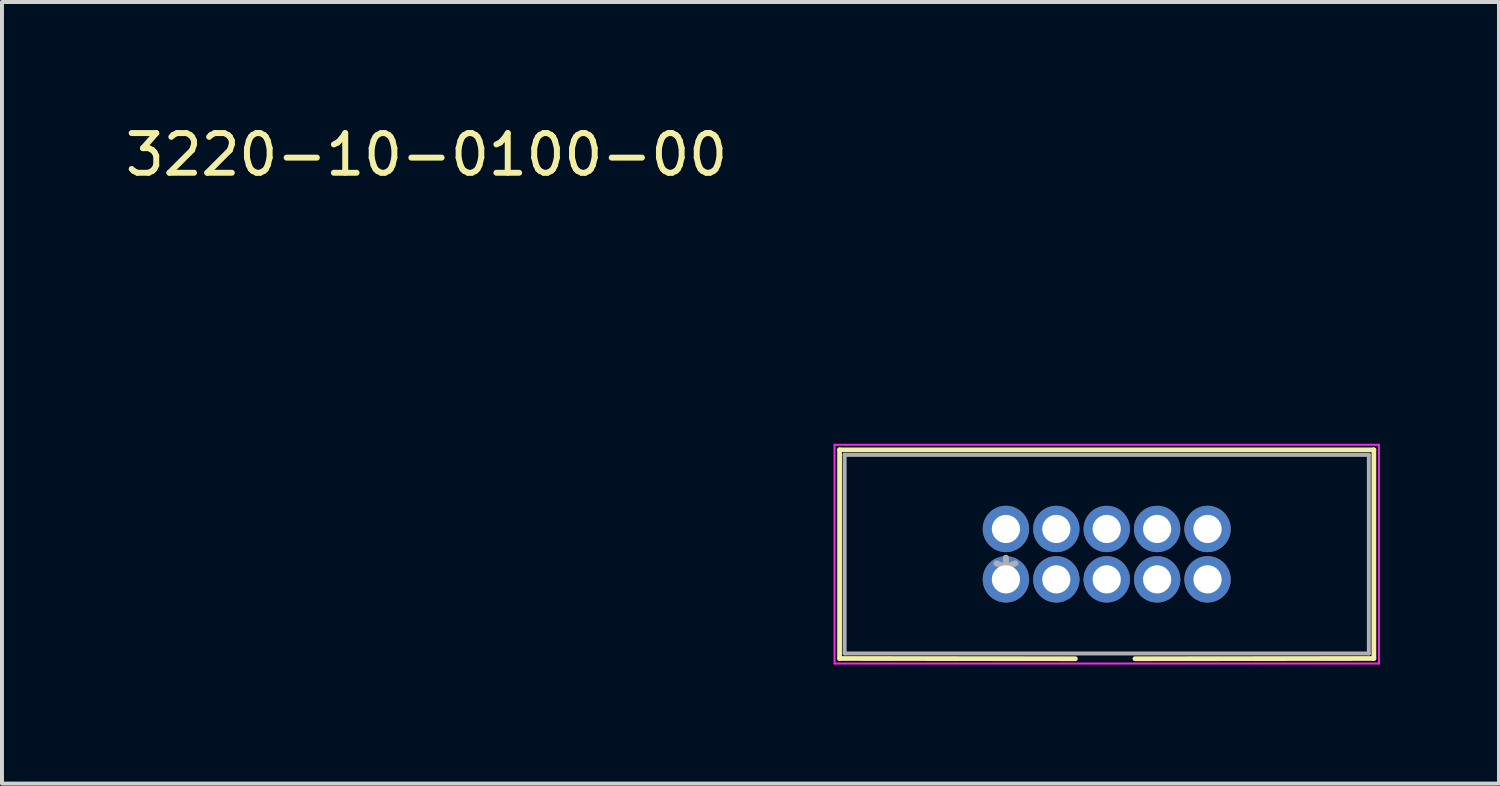
<source format=kicad_pcb>
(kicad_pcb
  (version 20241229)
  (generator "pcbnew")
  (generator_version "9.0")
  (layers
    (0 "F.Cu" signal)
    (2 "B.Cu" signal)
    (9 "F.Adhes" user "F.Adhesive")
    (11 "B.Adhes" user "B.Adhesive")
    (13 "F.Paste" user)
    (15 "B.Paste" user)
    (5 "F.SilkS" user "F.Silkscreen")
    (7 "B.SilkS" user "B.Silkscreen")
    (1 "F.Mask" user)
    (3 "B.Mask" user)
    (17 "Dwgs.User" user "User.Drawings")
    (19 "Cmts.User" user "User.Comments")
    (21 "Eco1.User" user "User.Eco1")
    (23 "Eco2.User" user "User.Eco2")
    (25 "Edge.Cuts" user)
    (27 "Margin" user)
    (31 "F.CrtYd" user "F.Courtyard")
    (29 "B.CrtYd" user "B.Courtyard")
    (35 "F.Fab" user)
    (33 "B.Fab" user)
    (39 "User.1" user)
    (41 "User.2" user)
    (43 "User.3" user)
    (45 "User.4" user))
  (footprint "3220-10-0100-00"
    (layer "F.Cu")
    (at 22.296 11.548)
    (property "Reference" "3220-10-0100-00" (at -14.6 -10.7 0) (layer "F.SilkS") (effects (font (size 1 1) (thickness 0.15))))
    (attr through_hole)
    (fp_line (start -4.191 -3.264) (end -4.191 1.994) (stroke (width 0.12) (type solid)) (layer "F.SilkS"))
    (fp_line (start -4.191 1.994) (end 1.75 2) (stroke (width 0.12) (type solid)) (layer "F.SilkS"))
    (fp_line (start 3.25 2) (end 9.271 1.994) (stroke (width 0.12) (type solid)) (layer "F.SilkS"))
    (fp_line (start 9.271 -3.264) (end -4.191 -3.264) (stroke (width 0.12) (type solid)) (layer "F.SilkS"))
    (fp_line (start 9.271 1.994) (end 9.271 -3.264) (stroke (width 0.12) (type solid)) (layer "F.SilkS"))
    (fp_line (start -4.318 -3.391) (end -4.318 2.121) (stroke (width 0.05) (type solid)) (layer "F.CrtYd"))
    (fp_line (start -4.318 2.121) (end 9.398 2.121) (stroke (width 0.05) (type solid)) (layer "F.CrtYd"))
    (fp_line (start 9.398 -3.391) (end -4.318 -3.391) (stroke (width 0.05) (type solid)) (layer "F.CrtYd"))
    (fp_line (start 9.398 2.121) (end 9.398 -3.391) (stroke (width 0.05) (type solid)) (layer "F.CrtYd"))
    (fp_line (start -4.064 -3.137) (end -4.064 1.867) (stroke (width 0.1) (type solid)) (layer "F.Fab"))
    (fp_line (start -4.064 1.867) (end 9.144 1.867) (stroke (width 0.1) (type solid)) (layer "F.Fab"))
    (fp_line (start 9.144 -3.137) (end -4.064 -3.137) (stroke (width 0.1) (type solid)) (layer "F.Fab"))
    (fp_line (start 9.144 1.867) (end 9.144 -3.137) (stroke (width 0.1) (type solid)) (layer "F.Fab"))
    (fp_text user "*" (at 0 0 0) (layer "F.Fab") (effects (font (size 1 1) (thickness 0.15))))
    (pad "1" thru_hole circle (at 0 0) (size 1.168 1.168) (drill 0.711) (layers "*.Cu" "*.Mask"))
    (pad "2" thru_hole circle (at 0 -1.27) (size 1.168 1.168) (drill 0.711) (layers "*.Cu" "*.Mask"))
    (pad "3" thru_hole circle (at 1.27 0) (size 1.168 1.168) (drill 0.711) (layers "*.Cu" "*.Mask"))
    (pad "4" thru_hole circle (at 1.27 -1.27) (size 1.168 1.168) (drill 0.711) (layers "*.Cu" "*.Mask"))
    (pad "5" thru_hole circle (at 2.54 0) (size 1.168 1.168) (drill 0.711) (layers "*.Cu" "*.Mask"))
    (pad "6" thru_hole circle (at 2.54 -1.27) (size 1.168 1.168) (drill 0.711) (layers "*.Cu" "*.Mask"))
    (pad "7" thru_hole circle (at 3.81 0) (size 1.168 1.168) (drill 0.711) (layers "*.Cu" "*.Mask"))
    (pad "8" thru_hole circle (at 3.81 -1.27) (size 1.168 1.168) (drill 0.711) (layers "*.Cu" "*.Mask"))
    (pad "9" thru_hole circle (at 5.08 0) (size 1.168 1.168) (drill 0.711) (layers "*.Cu" "*.Mask"))
    (pad "10" thru_hole circle (at 5.08 -1.27) (size 1.168 1.168) (drill 0.711) (layers "*.Cu" "*.Mask")))
  (gr_rect
    (start -3 -3)
    (end 34.719 16.694)
    (stroke (width 0.1) (type default))
    (fill no)
    (layer "Edge.Cuts")))
</source>
